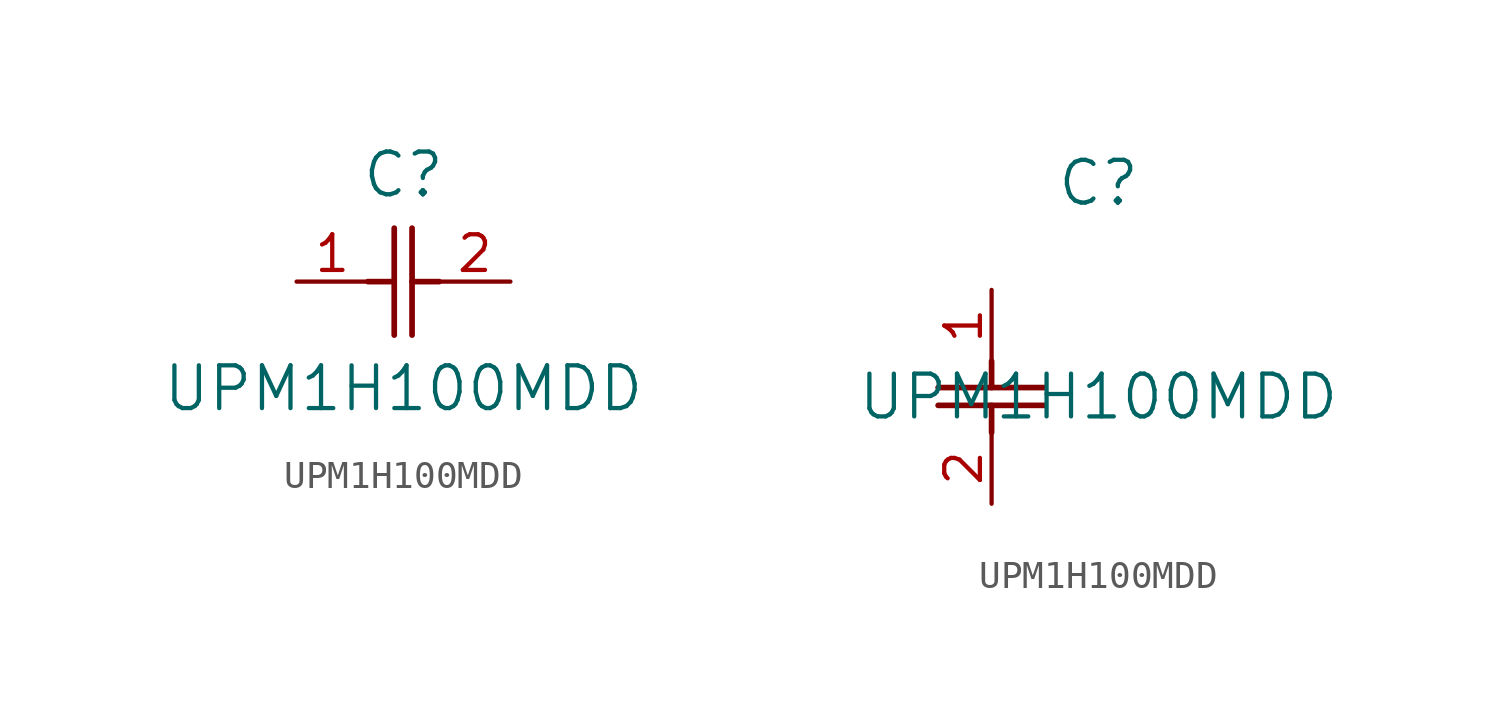
<source format=kicad_sym>
(kicad_symbol_lib
  (version 20211014)
  (generator kicad_symbol_editor)
  (symbol "UPM1H100MDD"
    (pin_names
      (offset 0.254))
    (property "Reference" "C"
      (at 3.81 3.81 0)
      (effects (font (size 1.524 1.524))))
    (property "Value" "UPM1H100MDD"
      (at 3.81 -3.81 0)
      (effects (font (size 1.524 1.524))))
    (symbol "UPM1H100MDD_1_1"
      (polyline (pts (xy 3.48 -1.905) (xy 3.48 1.905)) (stroke (width 0.203) (type default) (color 0 0 0 0)) (fill (type none)))
      (polyline (pts (xy 4.115 -1.905) (xy 4.115 1.905)) (stroke (width 0.203) (type default) (color 0 0 0 0)) (fill (type none)))
      (polyline (pts (xy 4.115 0) (xy 5.08 0)) (stroke (width 0.203) (type default) (color 0 0 0 0)) (fill (type none)))
      (polyline (pts (xy 2.54 0) (xy 3.48 0)) (stroke (width 0.203) (type default) (color 0 0 0 0)) (fill (type none)))
      (pin unspecified line (at 0 0 0) (length 2.54) (name "" (effects (font (size 1.27 1.27)))) (number "1" (effects (font (size 1.27 1.27)))))
      (pin unspecified line (at 7.62 0 180) (length 2.54) (name "" (effects (font (size 1.27 1.27)))) (number "2" (effects (font (size 1.27 1.27))))))
    (symbol "UPM1H100MDD_1_2"
      (polyline (pts (xy -1.905 -3.48) (xy 1.905 -3.48)) (stroke (width 0.203) (type default) (color 0 0 0 0)) (fill (type none)))
      (polyline (pts (xy -1.905 -4.115) (xy 1.905 -4.115)) (stroke (width 0.203) (type default) (color 0 0 0 0)) (fill (type none)))
      (polyline (pts (xy 0 -4.115) (xy 0 -5.08)) (stroke (width 0.203) (type default) (color 0 0 0 0)) (fill (type none)))
      (polyline (pts (xy 0 -2.54) (xy 0 -3.48)) (stroke (width 0.203) (type default) (color 0 0 0 0)) (fill (type none)))
      (pin unspecified line (at 0 0 270) (length 2.54) (name "" (effects (font (size 1.27 1.27)))) (number "1" (effects (font (size 1.27 1.27)))))
      (pin unspecified line (at 0 -7.62 90) (length 2.54) (name "" (effects (font (size 1.27 1.27)))) (number "2" (effects (font (size 1.27 1.27))))))))
</source>
